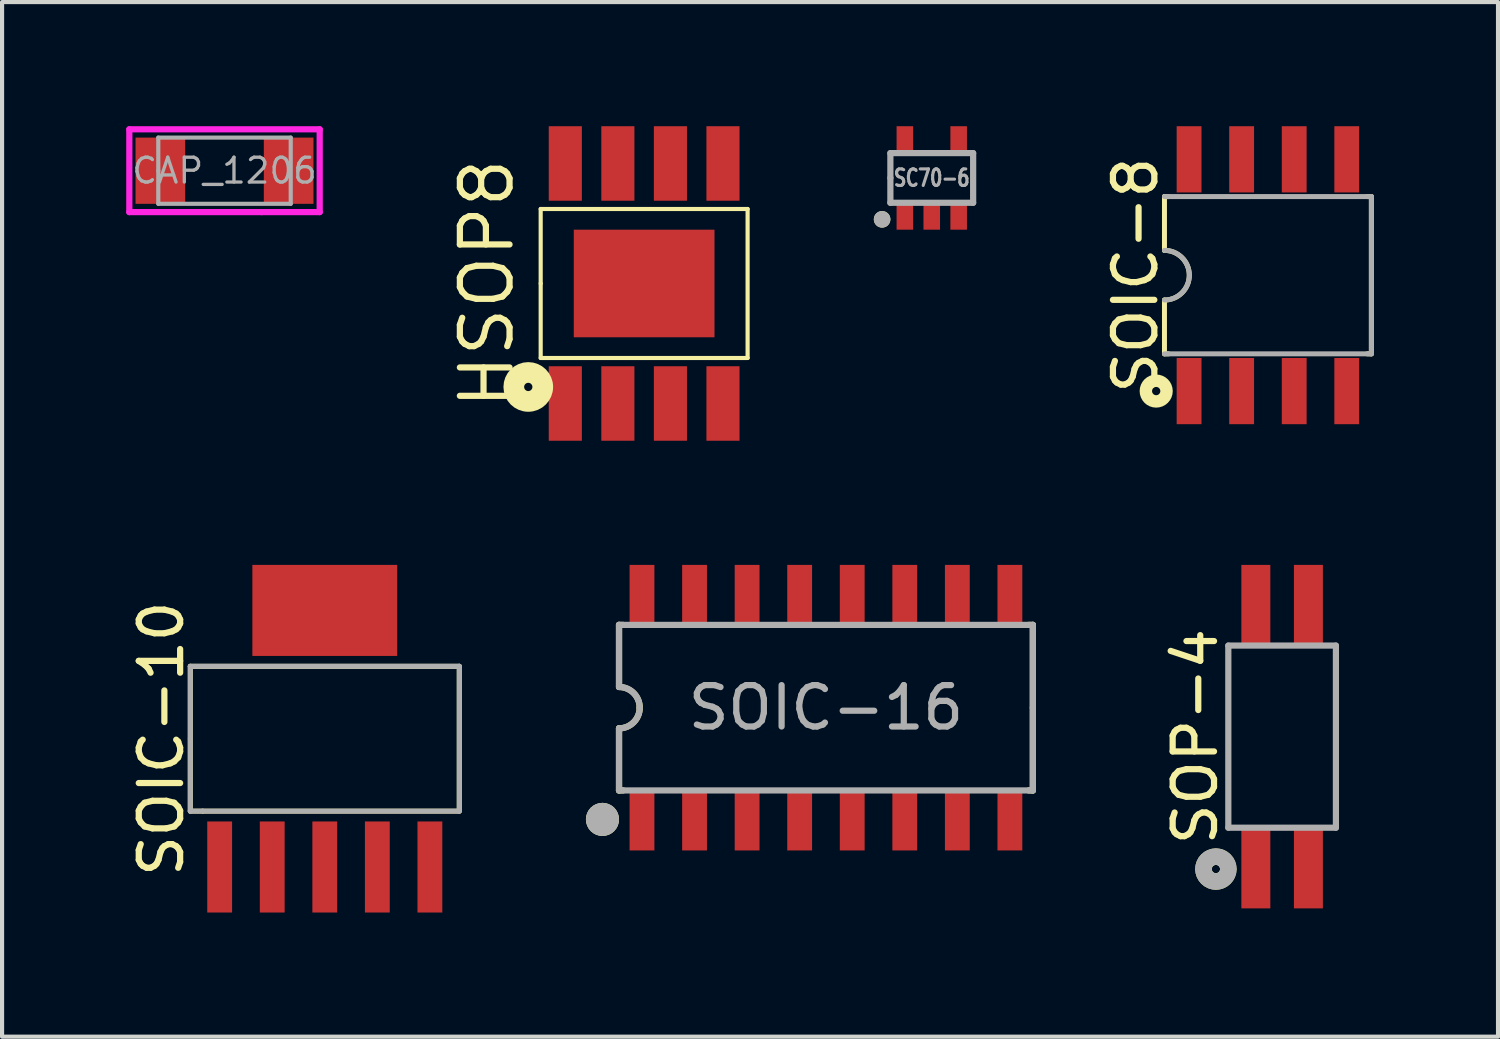
<source format=kicad_pcb>
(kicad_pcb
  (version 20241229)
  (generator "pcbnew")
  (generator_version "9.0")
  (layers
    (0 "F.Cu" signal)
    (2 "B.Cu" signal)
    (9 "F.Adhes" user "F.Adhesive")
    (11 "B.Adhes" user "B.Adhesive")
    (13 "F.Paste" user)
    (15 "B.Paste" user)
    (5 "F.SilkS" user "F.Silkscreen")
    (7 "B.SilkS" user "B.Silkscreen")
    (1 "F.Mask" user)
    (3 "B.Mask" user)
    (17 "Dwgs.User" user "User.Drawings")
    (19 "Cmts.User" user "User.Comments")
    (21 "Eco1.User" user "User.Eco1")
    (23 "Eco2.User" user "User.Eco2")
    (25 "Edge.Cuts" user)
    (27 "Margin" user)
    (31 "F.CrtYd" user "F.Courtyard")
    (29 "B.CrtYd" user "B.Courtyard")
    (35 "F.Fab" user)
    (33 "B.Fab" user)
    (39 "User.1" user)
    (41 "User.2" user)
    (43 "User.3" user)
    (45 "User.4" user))
  (footprint "SOP-4"
    (layer "F.Cu")
    (at 27.931 14.75)
    (property "Reference" "SOP-4" (at -2.1 0 90) (layer "F.SilkS") (effects (font (size 1 1) (thickness 0.15))))
    (attr through_hole)
    (fp_line (start -1.3 -2.2) (end -1.2 -2.2) (stroke (width 0.1) (type solid)) (layer "F.SilkS"))
    (fp_line (start -1.3 0) (end -1.3 -2.2) (stroke (width 0.1) (type solid)) (layer "F.SilkS"))
    (fp_line (start -1.3 0) (end -1.3 2.2) (stroke (width 0.1) (type solid)) (layer "F.SilkS"))
    (fp_line (start -1.3 2.2) (end -1.2 2.2) (stroke (width 0.1) (type solid)) (layer "F.SilkS"))
    (fp_line (start 1.3 -2.2) (end 1.2 -2.2) (stroke (width 0.1) (type solid)) (layer "F.SilkS"))
    (fp_line (start 1.3 0) (end 1.3 -2.2) (stroke (width 0.1) (type solid)) (layer "F.SilkS"))
    (fp_line (start 1.3 0) (end 1.3 2.2) (stroke (width 0.1) (type solid)) (layer "F.SilkS"))
    (fp_line (start 1.3 2.2) (end 1.2 2.2) (stroke (width 0.1) (type solid)) (layer "F.SilkS"))
    (fp_circle (center -1.6 3.2) (end -1.5 3.2) (stroke (width 0.4) (type solid)) (fill no) (layer "F.SilkS"))
    (fp_line (start -1.3 -2.2) (end 1.3 -2.2) (stroke (width 0.15) (type solid)) (layer "F.Fab"))
    (fp_line (start -1.3 2.2) (end -1.3 -2.2) (stroke (width 0.15) (type solid)) (layer "F.Fab"))
    (fp_line (start 1.3 -2.2) (end 1.3 2.2) (stroke (width 0.15) (type solid)) (layer "F.Fab"))
    (fp_line (start 1.3 2.2) (end -1.3 2.2) (stroke (width 0.15) (type solid)) (layer "F.Fab"))
    (fp_circle (center -1.6 3.2) (end -1.5 3.2) (stroke (width 0.4) (type solid)) (fill no) (layer "F.Fab"))
    (pad "1" smd rect (at -0.635 3.15) (size 0.7 2) (layers "F.Cu" "F.Mask" "F.Paste"))
    (pad "2" smd rect (at 0.635 3.15) (size 0.7 2) (layers "F.Cu" "F.Mask" "F.Paste"))
    (pad "3" smd rect (at 0.635 -3.15) (size 0.7 2) (layers "F.Cu" "F.Mask" "F.Paste"))
    (pad "4" smd rect (at -0.635 -3.15) (size 0.7 2) (layers "F.Cu" "F.Mask" "F.Paste")))
  (footprint "CAP_1206"
    (layer "F.Cu")
    (at 2.375 1.075)
    (property "Reference" "CAP_1206" (at 0 0 0) (layer "F.Fab") (effects (font (size 0.6 0.6) (thickness 0.08))))
    (attr through_hole)
    (fp_line (start -2.3 -1) (end 2.3 -1) (stroke (width 0.15) (type solid)) (layer "F.CrtYd"))
    (fp_line (start -2.3 1) (end -2.3 -1) (stroke (width 0.15) (type solid)) (layer "F.CrtYd"))
    (fp_line (start 0.9 1) (end -2.3 1) (stroke (width 0.15) (type solid)) (layer "F.CrtYd"))
    (fp_line (start 2.3 -1) (end 2.3 1) (stroke (width 0.15) (type solid)) (layer "F.CrtYd"))
    (fp_line (start 2.3 1) (end 0.9 1) (stroke (width 0.15) (type solid)) (layer "F.CrtYd"))
    (fp_line (start -1.6 -0.8) (end 1.6 -0.8) (stroke (width 0.1) (type solid)) (layer "F.Fab"))
    (fp_line (start -1.6 0) (end -1.6 -0.8) (stroke (width 0.1) (type solid)) (layer "F.Fab"))
    (fp_line (start -1.6 0.8) (end -1.6 0) (stroke (width 0.1) (type solid)) (layer "F.Fab"))
    (fp_line (start 1.6 -0.8) (end 1.6 0.8) (stroke (width 0.1) (type solid)) (layer "F.Fab"))
    (fp_line (start 1.6 0.8) (end -1.6 0.8) (stroke (width 0.1) (type solid)) (layer "F.Fab"))
    (pad "1" smd rect (at -1.55 0) (size 1.2 1.6) (layers "F.Cu" "F.Mask" "F.Paste"))
    (pad "2" smd rect (at 1.55 0) (size 1.2 1.6) (layers "F.Cu" "F.Mask" "F.Paste")))
  (footprint "SOIC-10"
    (layer "F.Cu")
    (at 4.798 14.8)
    (property "Reference" "SOIC-10" (at -3.95 0 90) (layer "F.SilkS") (effects (font (size 1 1) (thickness 0.15))))
    (attr smd)
    (fp_line (start -3.25 -1.75) (end 3.25 -1.75) (stroke (width 0.12) (type solid)) (layer "F.SilkS"))
    (fp_line (start -3.25 1.75) (end -3.25 -1.75) (stroke (width 0.12) (type solid)) (layer "F.SilkS"))
    (fp_line (start -2.95 1.75) (end -3.25 1.75) (stroke (width 0.12) (type solid)) (layer "F.SilkS"))
    (fp_line (start 3.25 -1.75) (end 3.25 1.75) (stroke (width 0.12) (type solid)) (layer "F.SilkS"))
    (fp_line (start 3.25 1.75) (end -2.95 1.75) (stroke (width 0.12) (type solid)) (layer "F.SilkS"))
    (fp_line (start -3.25 -1.75) (end 3.25 -1.75) (stroke (width 0.12) (type solid)) (layer "F.Fab"))
    (fp_line (start -3.25 0) (end -3.25 -1.75) (stroke (width 0.12) (type solid)) (layer "F.Fab"))
    (fp_line (start -3.25 1.75) (end -3.25 0) (stroke (width 0.12) (type solid)) (layer "F.Fab"))
    (fp_line (start 3.25 -1.75) (end 3.25 1.75) (stroke (width 0.12) (type solid)) (layer "F.Fab"))
    (fp_line (start 3.25 1.75) (end -3.25 1.75) (stroke (width 0.12) (type solid)) (layer "F.Fab"))
    (pad "1" smd rect (at -2.54 3.1) (size 0.6 2.2) (layers "F.Cu" "F.Mask" "F.Paste"))
    (pad "2" smd rect (at -1.27 3.1) (size 0.6 2.2) (layers "F.Cu" "F.Mask" "F.Paste"))
    (pad "3" smd rect (at 0 3.1) (size 0.6 2.2) (layers "F.Cu" "F.Mask" "F.Paste"))
    (pad "4" smd rect (at 1.27 3.1) (size 0.6 2.2) (layers "F.Cu" "F.Mask" "F.Paste"))
    (pad "5" smd rect (at 2.54 3.1) (size 0.6 2.2) (layers "F.Cu" "F.Mask" "F.Paste"))
    (pad "6" smd rect (at 0 -3.1) (size 3.5 2.2) (layers "F.Cu" "F.Mask" "F.Paste")))
  (footprint "HSOP8"
    (layer "F.Cu")
    (at 12.515 3.8)
    (property "Reference" "HSOP8" (at -3.8 0 90) (layer "F.SilkS") (effects (font (size 1.2 1.2) (thickness 0.15))))
    (attr through_hole)
    (fp_line (start -2.5 -1.8) (end 2.5 -1.8) (stroke (width 0.1) (type solid)) (layer "F.SilkS"))
    (fp_line (start -2.5 0) (end -2.5 -1.8) (stroke (width 0.1) (type solid)) (layer "F.SilkS"))
    (fp_line (start -2.5 1.8) (end -2.5 0) (stroke (width 0.1) (type solid)) (layer "F.SilkS"))
    (fp_line (start 2.5 -1.8) (end 2.5 1.8) (stroke (width 0.1) (type solid)) (layer "F.SilkS"))
    (fp_line (start 2.5 1.8) (end -2.5 1.8) (stroke (width 0.1) (type solid)) (layer "F.SilkS"))
    (fp_circle (center -2.8 2.5) (end -2.9 2.5) (stroke (width 0.5) (type solid)) (fill no) (layer "F.SilkS"))
    (pad "1" smd rect (at -1.905 2.9) (size 0.8 1.8) (layers "F.Cu" "F.Mask" "F.Paste"))
    (pad "2" smd rect (at -0.635 2.9) (size 0.8 1.8) (layers "F.Cu" "F.Mask" "F.Paste"))
    (pad "3" smd rect (at 0.635 2.9) (size 0.8 1.8) (layers "F.Cu" "F.Mask" "F.Paste"))
    (pad "4" smd rect (at 1.905 2.9) (size 0.8 1.8) (layers "F.Cu" "F.Mask" "F.Paste"))
    (pad "5" smd rect (at 1.905 -2.9) (size 0.8 1.8) (layers "F.Cu" "F.Mask" "F.Paste"))
    (pad "6" smd rect (at 0.635 -2.9) (size 0.8 1.8) (layers "F.Cu" "F.Mask" "F.Paste"))
    (pad "7" smd rect (at -0.635 -2.9) (size 0.8 1.8) (layers "F.Cu" "F.Mask" "F.Paste"))
    (pad "8" smd rect (at -1.905 -2.9) (size 0.8 1.8) (layers "F.Cu" "F.Mask" "F.Paste"))
    (pad "9" smd rect (at 0 0) (size 3.4 2.6) (layers "F.Cu" "F.Mask" "F.Paste")))
  (footprint "SOIC-16"
    (layer "F.Cu")
    (at 16.908 14.05)
    (property "Reference" "SOIC-16" (at 0 0 180) (layer "F.Fab") (effects (font (size 1 1) (thickness 0.15))))
    (attr through_hole)
    (fp_line (start -5 -2) (end -5 -0.5) (stroke (width 0.15) (type solid)) (layer "F.SilkS"))
    (fp_line (start -5 -2) (end -4.9 -2) (stroke (width 0.15) (type solid)) (layer "F.SilkS"))
    (fp_line (start -5 2) (end -5 0.5) (stroke (width 0.15) (type solid)) (layer "F.SilkS"))
    (fp_line (start -5 2) (end -4.9 2) (stroke (width 0.15) (type solid)) (layer "F.SilkS"))
    (fp_line (start 5 -2) (end 4.9 -2) (stroke (width 0.15) (type solid)) (layer "F.SilkS"))
    (fp_line (start 5 0) (end 5 -2) (stroke (width 0.15) (type solid)) (layer "F.SilkS"))
    (fp_line (start 5 0) (end 5 2) (stroke (width 0.15) (type solid)) (layer "F.SilkS"))
    (fp_line (start 5 2) (end 4.9 2) (stroke (width 0.15) (type solid)) (layer "F.SilkS"))
    (fp_arc (start -5 -0.5) (mid -4.646447 -0.353553) (end -4.5 0) (stroke (width 0.15) (type solid)) (layer "F.SilkS"))
    (fp_arc (start -4.5 0) (mid -4.646447 0.353553) (end -5 0.5) (stroke (width 0.15) (type solid)) (layer "F.SilkS"))
    (fp_circle (center -5.4 2.7) (end -5.2 2.7) (stroke (width 0.4) (type solid)) (fill no) (layer "F.SilkS"))
    (fp_line (start -5 -2) (end -5 -0.5) (stroke (width 0.15) (type solid)) (layer "F.Fab"))
    (fp_line (start -5 0.5) (end -5 2) (stroke (width 0.15) (type solid)) (layer "F.Fab"))
    (fp_line (start -5 2) (end 5 2) (stroke (width 0.15) (type solid)) (layer "F.Fab"))
    (fp_line (start 5 -2) (end -5 -2) (stroke (width 0.15) (type solid)) (layer "F.Fab"))
    (fp_line (start 5 2) (end 5 -2) (stroke (width 0.15) (type solid)) (layer "F.Fab"))
    (fp_arc (start -5 -0.5) (mid -4.646447 -0.353553) (end -4.5 0) (stroke (width 0.15) (type solid)) (layer "F.Fab"))
    (fp_arc (start -4.5 0) (mid -4.646447 0.353553) (end -5 0.5) (stroke (width 0.15) (type solid)) (layer "F.Fab"))
    (fp_circle (center -5.4 2.7) (end -5.2 2.7) (stroke (width 0.4) (type solid)) (fill no) (layer "F.Fab"))
    (pad "1" smd rect (at -4.445 2.7) (size 0.6 1.5) (layers "F.Cu" "F.Mask" "F.Paste"))
    (pad "2" smd rect (at -3.175 2.7) (size 0.6 1.5) (layers "F.Cu" "F.Mask" "F.Paste"))
    (pad "3" smd rect (at -1.905 2.7) (size 0.6 1.5) (layers "F.Cu" "F.Mask" "F.Paste"))
    (pad "4" smd rect (at -0.635 2.7) (size 0.6 1.5) (layers "F.Cu" "F.Mask" "F.Paste"))
    (pad "5" smd rect (at 0.635 2.7) (size 0.6 1.5) (layers "F.Cu" "F.Mask" "F.Paste"))
    (pad "6" smd rect (at 1.905 2.7) (size 0.6 1.5) (layers "F.Cu" "F.Mask" "F.Paste"))
    (pad "7" smd rect (at 3.175 2.7) (size 0.6 1.5) (layers "F.Cu" "F.Mask" "F.Paste"))
    (pad "8" smd rect (at 4.445 2.7) (size 0.6 1.5) (layers "F.Cu" "F.Mask" "F.Paste"))
    (pad "9" smd rect (at 4.445 -2.7) (size 0.6 1.5) (layers "F.Cu" "F.Mask" "F.Paste"))
    (pad "10" smd rect (at 3.175 -2.7) (size 0.6 1.5) (layers "F.Cu" "F.Mask" "F.Paste"))
    (pad "11" smd rect (at 1.905 -2.7) (size 0.6 1.5) (layers "F.Cu" "F.Mask" "F.Paste"))
    (pad "12" smd rect (at 0.635 -2.7) (size 0.6 1.5) (layers "F.Cu" "F.Mask" "F.Paste"))
    (pad "13" smd rect (at -0.635 -2.7) (size 0.6 1.5) (layers "F.Cu" "F.Mask" "F.Paste"))
    (pad "14" smd rect (at -1.905 -2.7) (size 0.6 1.5) (layers "F.Cu" "F.Mask" "F.Paste"))
    (pad "15" smd rect (at -3.175 -2.7) (size 0.6 1.5) (layers "F.Cu" "F.Mask" "F.Paste"))
    (pad "16" smd rect (at -4.445 -2.7) (size 0.6 1.5) (layers "F.Cu" "F.Mask" "F.Paste")))
  (footprint "SC70-6"
    (layer "F.Cu")
    (at 19.465 1.25)
    (property "Reference" "SC70-6" (at 0 0 0) (layer "F.Fab") (effects (font (size 0.4 0.3) (thickness 0.075))))
    (attr through_hole)
    (fp_circle (center -1.2 1) (end -1.1 1) (stroke (width 0.2) (type solid)) (fill no) (layer "F.SilkS"))
    (fp_line (start -1 -0.6) (end 1 -0.6) (stroke (width 0.15) (type solid)) (layer "F.Fab"))
    (fp_line (start -1 0) (end -1 -0.6) (stroke (width 0.15) (type solid)) (layer "F.Fab"))
    (fp_line (start -1 0.6) (end -1 0) (stroke (width 0.15) (type solid)) (layer "F.Fab"))
    (fp_line (start 1 -0.6) (end 1 0.6) (stroke (width 0.15) (type solid)) (layer "F.Fab"))
    (fp_line (start 1 0.6) (end -1 0.6) (stroke (width 0.15) (type solid)) (layer "F.Fab"))
    (fp_circle (center -1.2 1) (end -1.1 1) (stroke (width 0.2) (type solid)) (fill no) (layer "F.Fab"))
    (pad "1" smd rect (at -0.65 0.95) (size 0.4 0.6) (layers "F.Cu" "F.Mask" "F.Paste"))
    (pad "2" smd rect (at 0 0.95) (size 0.4 0.6) (layers "F.Cu" "F.Mask" "F.Paste"))
    (pad "3" smd rect (at 0.65 0.95) (size 0.4 0.6) (layers "F.Cu" "F.Mask" "F.Paste"))
    (pad "4" smd rect (at 0.65 -0.95) (size 0.4 0.6) (layers "F.Cu" "F.Mask" "F.Paste"))
    (pad "5" smd rect (at -0.65 -0.95) (size 0.4 0.6) (layers "F.Cu" "F.Mask" "F.Paste")))
  (footprint "SOIC-8"
    (layer "F.Cu")
    (at 27.588 3.6)
    (property "Reference" "SOIC-8" (at -3.2 0 90) (layer "F.SilkS") (effects (font (size 1 1) (thickness 0.15))))
    (attr smd)
    (fp_line (start -2.5 -1.9) (end -2.5 -0.6) (stroke (width 0.12) (type solid)) (layer "F.SilkS"))
    (fp_line (start -2.5 0.6) (end -2.5 1.9) (stroke (width 0.12) (type solid)) (layer "F.SilkS"))
    (fp_line (start -2.5 1.9) (end -2.4 1.9) (stroke (width 0.12) (type solid)) (layer "F.SilkS"))
    (fp_line (start -2.4 -1.9) (end -2.5 -1.9) (stroke (width 0.12) (type solid)) (layer "F.SilkS"))
    (fp_line (start 2.4 -1.9) (end 2.5 -1.9) (stroke (width 0.12) (type solid)) (layer "F.SilkS"))
    (fp_line (start 2.5 -1.9) (end 2.5 1.9) (stroke (width 0.12) (type solid)) (layer "F.SilkS"))
    (fp_line (start 2.5 1.9) (end 2.4 1.9) (stroke (width 0.12) (type solid)) (layer "F.SilkS"))
    (fp_arc (start -2.5 -0.6) (mid -1.9 0) (end -2.5 0.6) (stroke (width 0.12) (type solid)) (layer "F.SilkS"))
    (fp_circle (center -2.7 2.8) (end -2.6 2.8) (stroke (width 0.3) (type solid)) (fill no) (layer "F.SilkS"))
    (fp_line (start -2.5 -1.9) (end 2.5 -1.9) (stroke (width 0.12) (type solid)) (layer "F.Fab"))
    (fp_line (start 2.5 -1.9) (end 2.5 1.9) (stroke (width 0.12) (type solid)) (layer "F.Fab"))
    (fp_line (start 2.5 1.9) (end -2.5 1.9) (stroke (width 0.12) (type solid)) (layer "F.Fab"))
    (fp_arc (start -2.5 -0.6) (mid -1.9 0) (end -2.5 0.6) (stroke (width 0.12) (type solid)) (layer "F.Fab"))
    (pad "1" smd rect (at -1.905 2.8) (size 0.6 1.6) (layers "F.Cu" "F.Mask" "F.Paste"))
    (pad "2" smd rect (at -0.635 2.8) (size 0.6 1.6) (layers "F.Cu" "F.Mask" "F.Paste"))
    (pad "3" smd rect (at 0.635 2.8) (size 0.6 1.6) (layers "F.Cu" "F.Mask" "F.Paste"))
    (pad "4" smd rect (at 1.905 2.8) (size 0.6 1.6) (layers "F.Cu" "F.Mask" "F.Paste"))
    (pad "5" smd rect (at 1.905 -2.8) (size 0.6 1.6) (layers "F.Cu" "F.Mask" "F.Paste"))
    (pad "6" smd rect (at 0.635 -2.8) (size 0.6 1.6) (layers "F.Cu" "F.Mask" "F.Paste"))
    (pad "7" smd rect (at -0.635 -2.8) (size 0.6 1.6) (layers "F.Cu" "F.Mask" "F.Paste"))
    (pad "8" smd rect (at -1.905 -2.8) (size 0.6 1.6) (layers "F.Cu" "F.Mask" "F.Paste")))
  (gr_rect
    (start -3 -3)
    (end 33.148 22)
    (stroke (width 0.1) (type default))
    (fill no)
    (layer "Edge.Cuts")))
</source>
